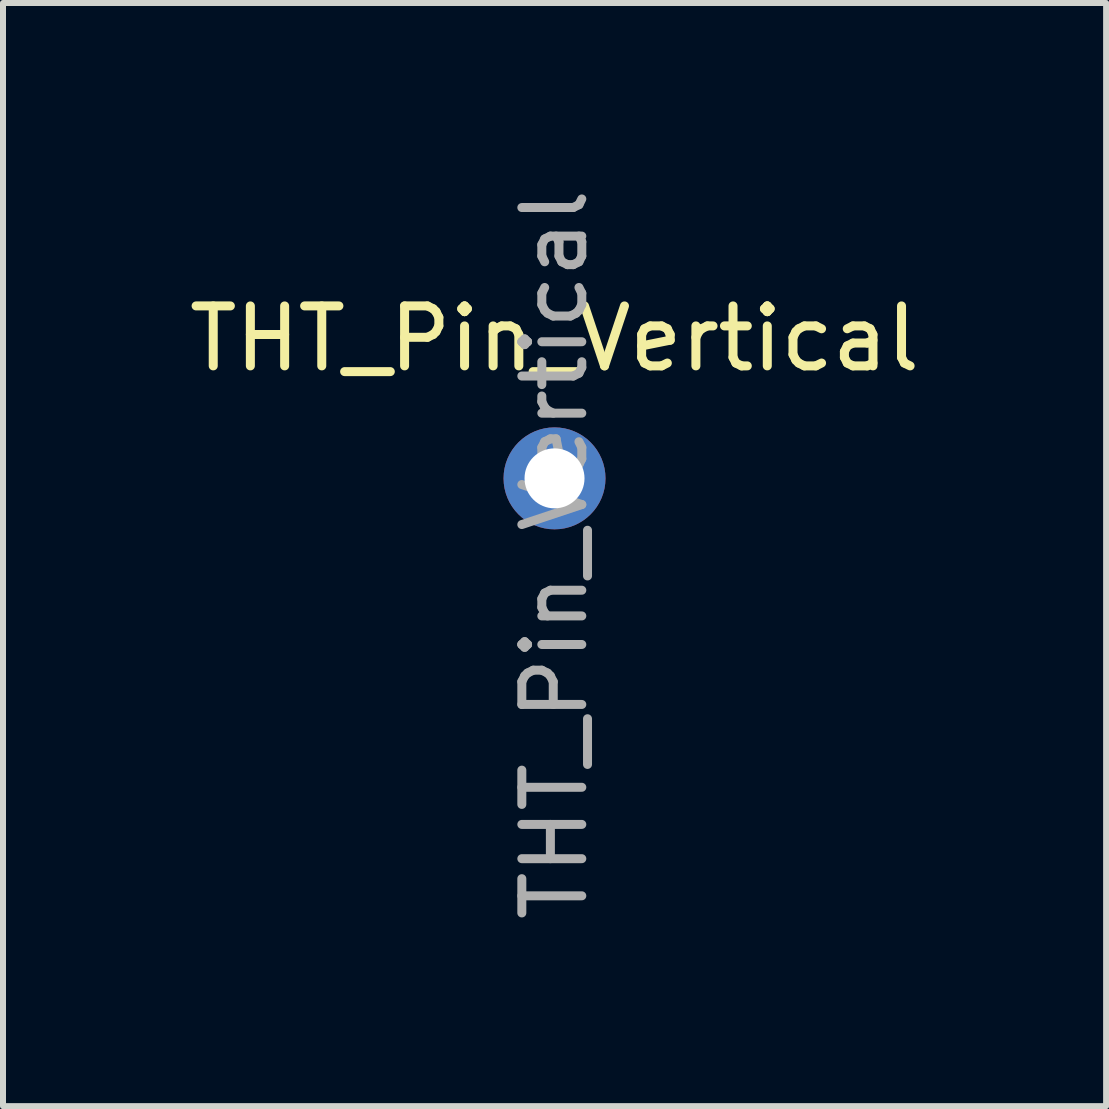
<source format=kicad_pcb>
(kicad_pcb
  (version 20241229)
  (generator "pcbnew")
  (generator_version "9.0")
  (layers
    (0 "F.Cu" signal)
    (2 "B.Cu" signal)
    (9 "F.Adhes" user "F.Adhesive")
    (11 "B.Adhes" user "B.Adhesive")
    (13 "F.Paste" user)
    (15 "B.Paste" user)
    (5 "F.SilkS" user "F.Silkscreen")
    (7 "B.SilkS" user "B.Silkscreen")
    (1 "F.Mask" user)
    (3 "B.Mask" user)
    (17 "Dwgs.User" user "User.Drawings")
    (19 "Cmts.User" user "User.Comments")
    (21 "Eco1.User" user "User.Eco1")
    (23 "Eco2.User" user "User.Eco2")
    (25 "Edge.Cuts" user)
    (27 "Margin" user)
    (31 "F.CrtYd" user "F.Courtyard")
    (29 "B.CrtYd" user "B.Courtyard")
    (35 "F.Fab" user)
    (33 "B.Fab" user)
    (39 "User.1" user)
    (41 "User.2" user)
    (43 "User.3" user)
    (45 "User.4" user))
  (footprint "THT_Pin_Vertical"
    (layer "F.Cu")
    (at 6.196 4.926)
    (property "Reference" "THT_Pin_Vertical" (at 0 -2.33 0) (layer "F.SilkS") (effects (font (size 1 1) (thickness 0.15))))
    (attr through_hole)
    (fp_text user "${REFERENCE}" (at 0 1.27 90) (layer "F.Fab") (effects (font (size 1 1) (thickness 0.15))))
    (pad "1" thru_hole circle (at 0 0) (size 1.7 1.7) (drill 1) (layers "*.Cu" "*.Mask")))
  (gr_rect
    (start -3 -3)
    (end 15.393 15.393)
    (stroke (width 0.1) (type default))
    (fill no)
    (layer "Edge.Cuts")))
</source>
